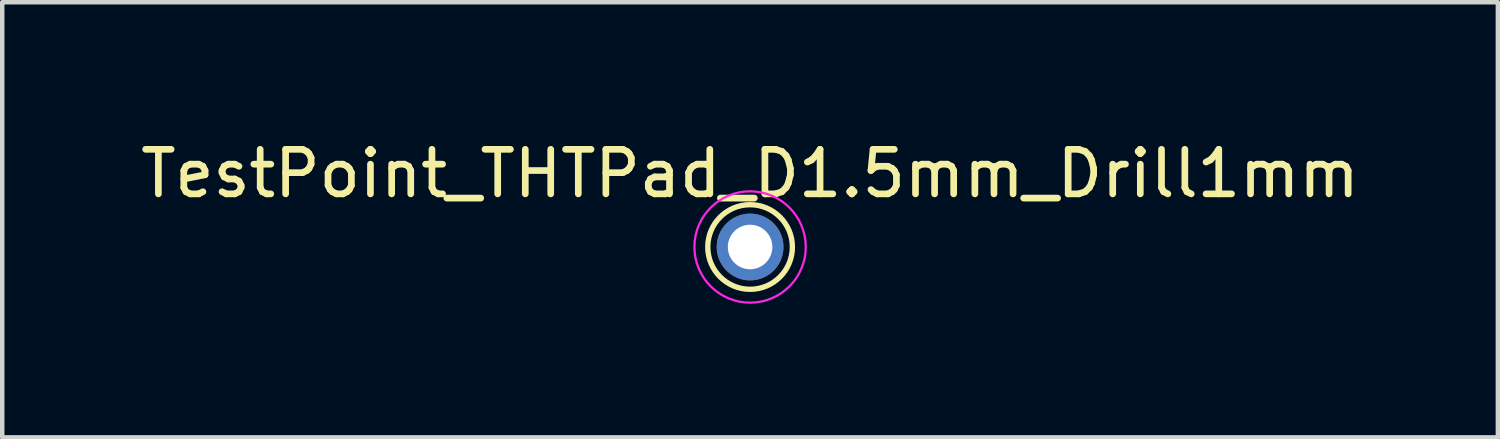
<source format=kicad_pcb>
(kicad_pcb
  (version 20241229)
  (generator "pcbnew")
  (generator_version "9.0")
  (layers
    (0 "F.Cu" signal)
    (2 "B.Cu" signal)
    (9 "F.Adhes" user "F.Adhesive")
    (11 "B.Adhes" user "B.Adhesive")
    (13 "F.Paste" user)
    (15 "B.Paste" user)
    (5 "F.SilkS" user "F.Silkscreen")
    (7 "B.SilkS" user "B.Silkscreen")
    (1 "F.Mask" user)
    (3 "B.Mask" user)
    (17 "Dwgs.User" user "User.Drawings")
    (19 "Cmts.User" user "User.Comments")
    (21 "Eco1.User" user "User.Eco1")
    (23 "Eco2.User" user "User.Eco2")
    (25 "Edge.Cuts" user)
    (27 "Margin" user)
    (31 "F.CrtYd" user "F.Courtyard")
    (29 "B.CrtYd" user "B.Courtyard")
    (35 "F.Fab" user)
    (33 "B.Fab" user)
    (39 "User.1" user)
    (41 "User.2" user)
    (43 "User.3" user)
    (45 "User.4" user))
  (footprint "TestPoint_THTPad_D1.5mm_Drill1mm"
    (layer "F.Cu")
    (at 13.792 2.496)
    (property "Reference" "TestPoint_THTPad_D1.5mm_Drill1mm" (at 0 -1.648 0) (layer "F.SilkS") (effects (font (size 1 1) (thickness 0.15))))
    (attr exclude_from_pos_files)
    (fp_circle (center 0 0) (end 0 0.95) (stroke (width 0.12) (type solid)) (fill no) (layer "F.SilkS"))
    (fp_circle (center 0 0) (end 1.25 0) (stroke (width 0.05) (type solid)) (fill no) (layer "F.CrtYd"))
    (pad "1" thru_hole circle (at 0 0) (size 1.5 1.5) (drill 1) (layers "*.Cu" "*.Mask")))
  (gr_rect
    (start -3 -3)
    (end 30.583 6.771)
    (stroke (width 0.1) (type default))
    (fill no)
    (layer "Edge.Cuts")))
</source>
